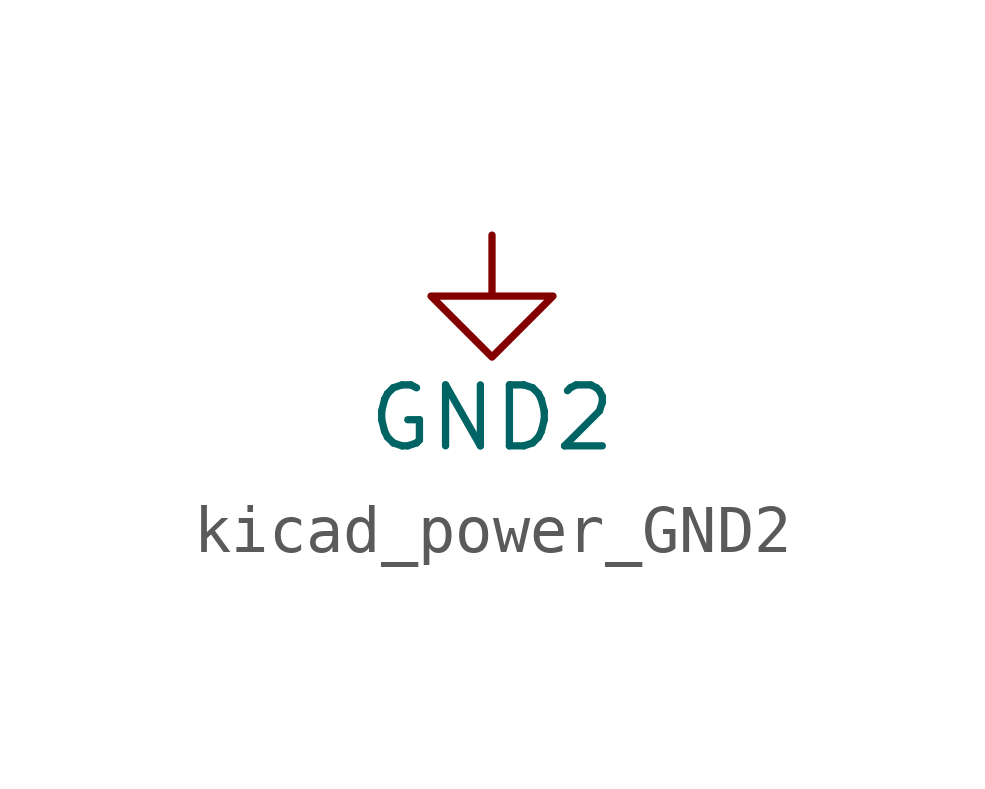
<source format=kicad_sym>
(kicad_symbol_lib
  (version 20220914)
  (generator kicad_symbol_editor)
  (symbol "kicad_power_GND2"
    (power)
    (pin_names
      (offset 0))
    (property "Reference" "#PWR"
      (at 0 -6.35 0)
      (effects (font (size 1.27 1.27)) hide))
    (property "Value" "GND2"
      (at 0 -3.81 0)
      (effects (font (size 1.27 1.27))))
    (symbol "kicad_power_GND2_0_1"
      (polyline (pts (xy 0 0) (xy 0 -1.27) (xy 1.27 -1.27) (xy 0 -2.54) (xy -1.27 -1.27) (xy 0 -1.27)) (stroke (width 0) (type default)) (fill (type none))))
    (symbol "kicad_power_GND2_1_1"
      (pin power_in line (at 0 0 270) (length 0) hide (name "GND2" (effects (font (size 1.27 1.27)))) (number "1" (effects (font (size 1.27 1.27))))))))
</source>
